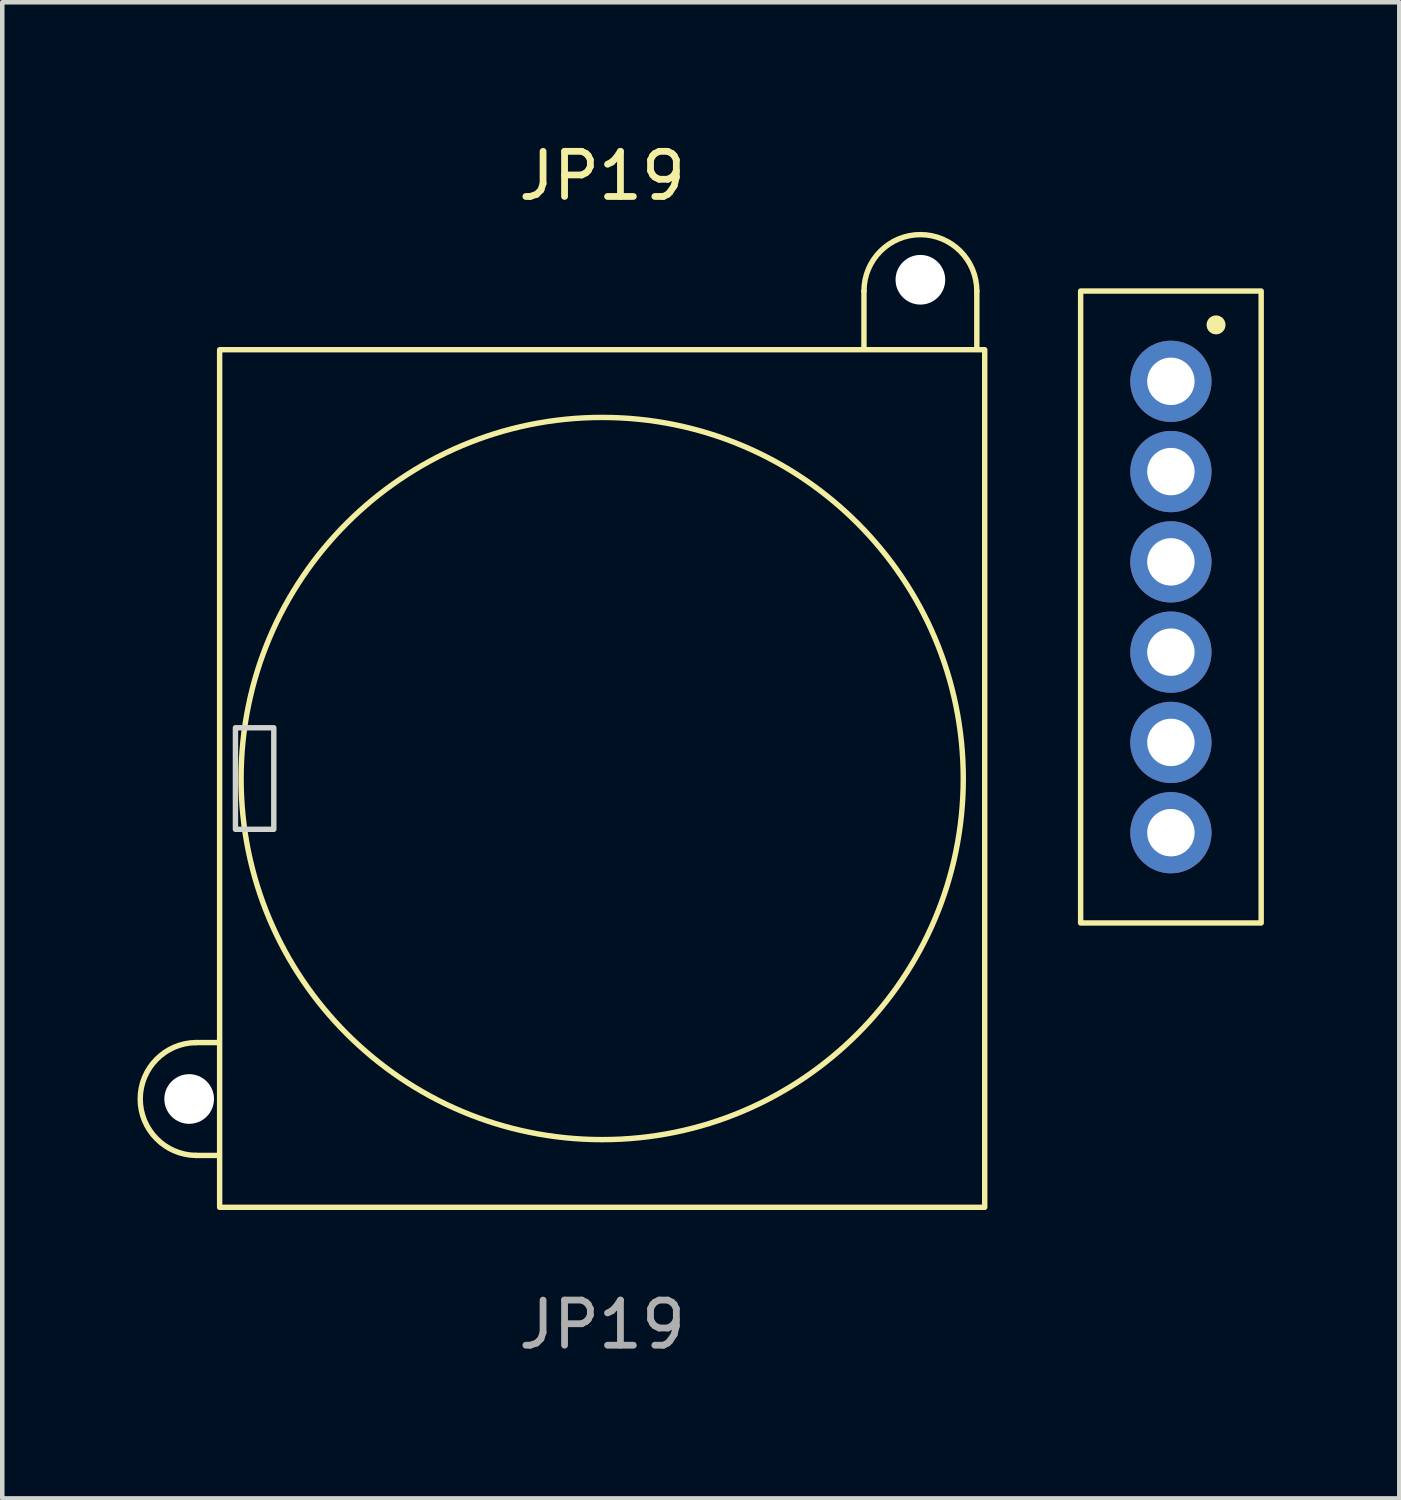
<source format=kicad_pcb>
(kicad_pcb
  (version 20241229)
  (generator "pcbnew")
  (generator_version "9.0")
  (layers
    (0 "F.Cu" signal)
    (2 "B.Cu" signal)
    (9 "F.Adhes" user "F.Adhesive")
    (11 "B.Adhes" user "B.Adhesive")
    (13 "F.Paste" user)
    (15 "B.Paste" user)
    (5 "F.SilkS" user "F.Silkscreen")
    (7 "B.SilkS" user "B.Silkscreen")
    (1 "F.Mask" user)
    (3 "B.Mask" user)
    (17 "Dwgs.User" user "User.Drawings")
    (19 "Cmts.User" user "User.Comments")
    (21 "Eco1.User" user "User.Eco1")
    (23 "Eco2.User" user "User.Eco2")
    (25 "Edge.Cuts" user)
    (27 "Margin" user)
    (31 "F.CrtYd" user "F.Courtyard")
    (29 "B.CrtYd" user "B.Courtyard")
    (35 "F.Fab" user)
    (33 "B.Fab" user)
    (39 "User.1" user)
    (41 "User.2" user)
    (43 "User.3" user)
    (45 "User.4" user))
  (footprint "JP19"
    (layer "F.Cu")
    (at 10.291 14.198)
    (property "Reference" "JP19" (at 0 -13.35 0) (unlocked yes) (layer "F.SilkS") (effects (font (size 1 1) (thickness 0.15))))
    (attr through_hole)
    (fp_line (start -9 5.85) (end -8.5 5.85) (stroke (width 0.12) (type solid)) (layer "F.SilkS"))
    (fp_line (start -9 8.35) (end -8.5 8.35) (stroke (width 0.12) (type solid)) (layer "F.SilkS"))
    (fp_line (start 5.8 -10.8) (end 5.8 -9.55) (stroke (width 0.12) (type solid)) (layer "F.SilkS"))
    (fp_line (start 8.3 -10.8) (end 8.3 -9.55) (stroke (width 0.12) (type solid)) (layer "F.SilkS"))
    (fp_rect (start 8.475 -9.5) (end -8.475 9.5) (stroke (width 0.12) (type solid)) (fill no) (layer "F.SilkS"))
    (fp_rect (start 10.6 -10.8) (end 14.6 3.2) (stroke (width 0.12) (type solid)) (fill no) (layer "F.SilkS"))
    (fp_arc (start -9 8.35) (mid -10.231132 7.1) (end -9 5.85) (stroke (width 0.12) (type solid)) (layer "F.SilkS"))
    (fp_arc (start 5.8 -10.8) (mid 7.05 -12.05) (end 8.3 -10.8) (stroke (width 0.12) (type solid)) (layer "F.SilkS"))
    (fp_circle (center 0 0) (end 8 0) (stroke (width 0.12) (type solid)) (fill no) (layer "F.SilkS"))
    (fp_circle (center 13.6 -10.05) (end 13.75 -10.05) (stroke (width 0.12) (type solid)) (fill yes) (layer "F.SilkS"))
    (fp_rect (start -8.125 1.125) (end -7.275 -1.125) (stroke (width 0.12) (type solid)) (fill no) (layer "Edge.Cuts"))
    (fp_text user "${REFERENCE}" (at 0 12.1 0) (unlocked yes) (layer "F.Fab") (effects (font (size 1 1) (thickness 0.15))))
    (pad "" np_thru_hole circle (at -9.15 7.1) (size 1.1 1.1) (drill 1.1) (layers "*.Cu" "*.Mask"))
    (pad "" np_thru_hole circle (at 7.05 -11.05) (size 1.1 1.1) (drill 1.1) (layers "*.Cu" "*.Mask"))
    (pad "1" thru_hole circle (at 12.6 -8.8) (size 1.8 1.8) (drill 1.05) (layers "*.Cu" "*.Mask"))
    (pad "2" thru_hole circle (at 12.6 -6.8) (size 1.8 1.8) (drill 1.05) (layers "*.Cu" "*.Mask"))
    (pad "3" thru_hole circle (at 12.6 -4.8) (size 1.8 1.8) (drill 1.05) (layers "*.Cu" "*.Mask"))
    (pad "4" thru_hole circle (at 12.6 -2.8) (size 1.8 1.8) (drill 1.05) (layers "*.Cu" "*.Mask"))
    (pad "5" thru_hole circle (at 12.6 -0.8) (size 1.8 1.8) (drill 1.05) (layers "*.Cu" "*.Mask"))
    (pad "6" thru_hole circle (at 12.6 1.2) (size 1.8 1.8) (drill 1.05) (layers "*.Cu" "*.Mask")))
  (gr_rect
    (start -3 -3)
    (end 27.951 30.146)
    (stroke (width 0.1) (type default))
    (fill no)
    (layer "Edge.Cuts")))
</source>
